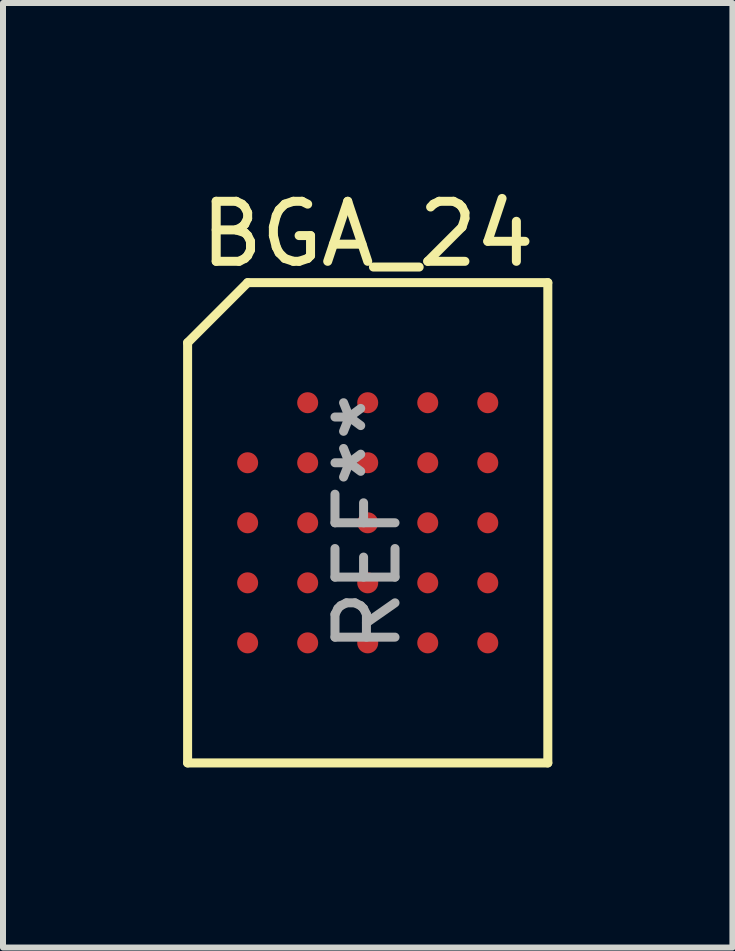
<source format=kicad_pcb>
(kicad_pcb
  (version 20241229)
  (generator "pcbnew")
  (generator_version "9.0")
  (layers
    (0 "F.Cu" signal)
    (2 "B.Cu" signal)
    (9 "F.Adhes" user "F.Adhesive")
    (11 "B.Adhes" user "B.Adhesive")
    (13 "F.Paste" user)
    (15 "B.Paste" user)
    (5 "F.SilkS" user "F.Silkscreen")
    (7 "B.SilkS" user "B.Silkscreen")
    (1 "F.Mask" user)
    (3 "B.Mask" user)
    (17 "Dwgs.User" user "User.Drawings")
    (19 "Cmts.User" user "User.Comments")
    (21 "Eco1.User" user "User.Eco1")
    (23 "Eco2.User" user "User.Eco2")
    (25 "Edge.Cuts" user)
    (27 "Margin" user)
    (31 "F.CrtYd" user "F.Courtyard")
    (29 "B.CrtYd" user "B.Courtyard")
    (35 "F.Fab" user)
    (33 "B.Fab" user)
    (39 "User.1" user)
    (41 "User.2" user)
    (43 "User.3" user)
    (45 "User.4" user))
  (footprint "BGA_24"
    (layer "F.Cu")
    (at 3.075 5.658)
    (property "Reference" "BGA_24" (at 0 -4.81 0) (layer "F.SilkS") (effects (font (size 1 1) (thickness 0.15))))
    (attr through_hole)
    (fp_line (start -3 -3) (end -2 -4) (stroke (width 0.15) (type solid)) (layer "F.SilkS"))
    (fp_line (start -3 4) (end -3 -3) (stroke (width 0.15) (type solid)) (layer "F.SilkS"))
    (fp_line (start -2 -4) (end 3 -4) (stroke (width 0.15) (type solid)) (layer "F.SilkS"))
    (fp_line (start 3 -4) (end 3 4) (stroke (width 0.15) (type solid)) (layer "F.SilkS"))
    (fp_line (start 3 4) (end -3 4) (stroke (width 0.15) (type solid)) (layer "F.SilkS"))
    (fp_text user "REF**" (at 0 0 90) (layer "F.Fab") (effects (font (size 1 1) (thickness 0.15))))
    (pad "A2" smd circle (at -2 -1) (size 0.35 0.35) (layers "F.Cu" "F.Mask" "F.Paste"))
    (pad "A3" smd circle (at -2 0) (size 0.35 0.35) (layers "F.Cu" "F.Mask" "F.Paste"))
    (pad "A4" smd circle (at -2 1) (size 0.35 0.35) (layers "F.Cu" "F.Mask" "F.Paste"))
    (pad "A5" smd circle (at -2 2) (size 0.35 0.35) (layers "F.Cu" "F.Mask" "F.Paste"))
    (pad "B1" smd circle (at -1 -2) (size 0.35 0.35) (layers "F.Cu" "F.Mask" "F.Paste"))
    (pad "B2" smd circle (at -1 -1) (size 0.35 0.35) (layers "F.Cu" "F.Mask" "F.Paste"))
    (pad "B3" smd circle (at -1 0) (size 0.35 0.35) (layers "F.Cu" "F.Mask" "F.Paste"))
    (pad "B4" smd circle (at -1 1) (size 0.35 0.35) (layers "F.Cu" "F.Mask" "F.Paste"))
    (pad "B5" smd circle (at -1 2) (size 0.35 0.35) (layers "F.Cu" "F.Mask" "F.Paste"))
    (pad "C1" smd circle (at 0 -2) (size 0.35 0.35) (layers "F.Cu" "F.Mask" "F.Paste"))
    (pad "C2" smd circle (at 0 -1) (size 0.35 0.35) (layers "F.Cu" "F.Mask" "F.Paste"))
    (pad "C3" smd circle (at 0 0) (size 0.35 0.35) (layers "F.Cu" "F.Mask" "F.Paste"))
    (pad "C4" smd circle (at 0 1) (size 0.35 0.35) (layers "F.Cu" "F.Mask" "F.Paste"))
    (pad "C5" smd circle (at 0 2) (size 0.35 0.35) (layers "F.Cu" "F.Mask" "F.Paste"))
    (pad "D1" smd circle (at 1 -2) (size 0.35 0.35) (layers "F.Cu" "F.Mask" "F.Paste"))
    (pad "D2" smd circle (at 1 -1) (size 0.35 0.35) (layers "F.Cu" "F.Mask" "F.Paste"))
    (pad "D3" smd circle (at 1 0) (size 0.35 0.35) (layers "F.Cu" "F.Mask" "F.Paste"))
    (pad "D4" smd circle (at 1 1) (size 0.35 0.35) (layers "F.Cu" "F.Mask" "F.Paste"))
    (pad "D5" smd circle (at 1 2) (size 0.35 0.35) (layers "F.Cu" "F.Mask" "F.Paste"))
    (pad "E1" smd circle (at 2 -2) (size 0.35 0.35) (layers "F.Cu" "F.Mask" "F.Paste"))
    (pad "E2" smd circle (at 2 -1) (size 0.35 0.35) (layers "F.Cu" "F.Mask" "F.Paste"))
    (pad "E3" smd circle (at 2 0) (size 0.35 0.35) (layers "F.Cu" "F.Mask" "F.Paste"))
    (pad "E4" smd circle (at 2 1) (size 0.35 0.35) (layers "F.Cu" "F.Mask" "F.Paste"))
    (pad "E5" smd circle (at 2 2) (size 0.35 0.35) (layers "F.Cu" "F.Mask" "F.Paste")))
  (gr_rect
    (start -3 -3)
    (end 9.15 12.733)
    (stroke (width 0.1) (type default))
    (fill no)
    (layer "Edge.Cuts")))
</source>
